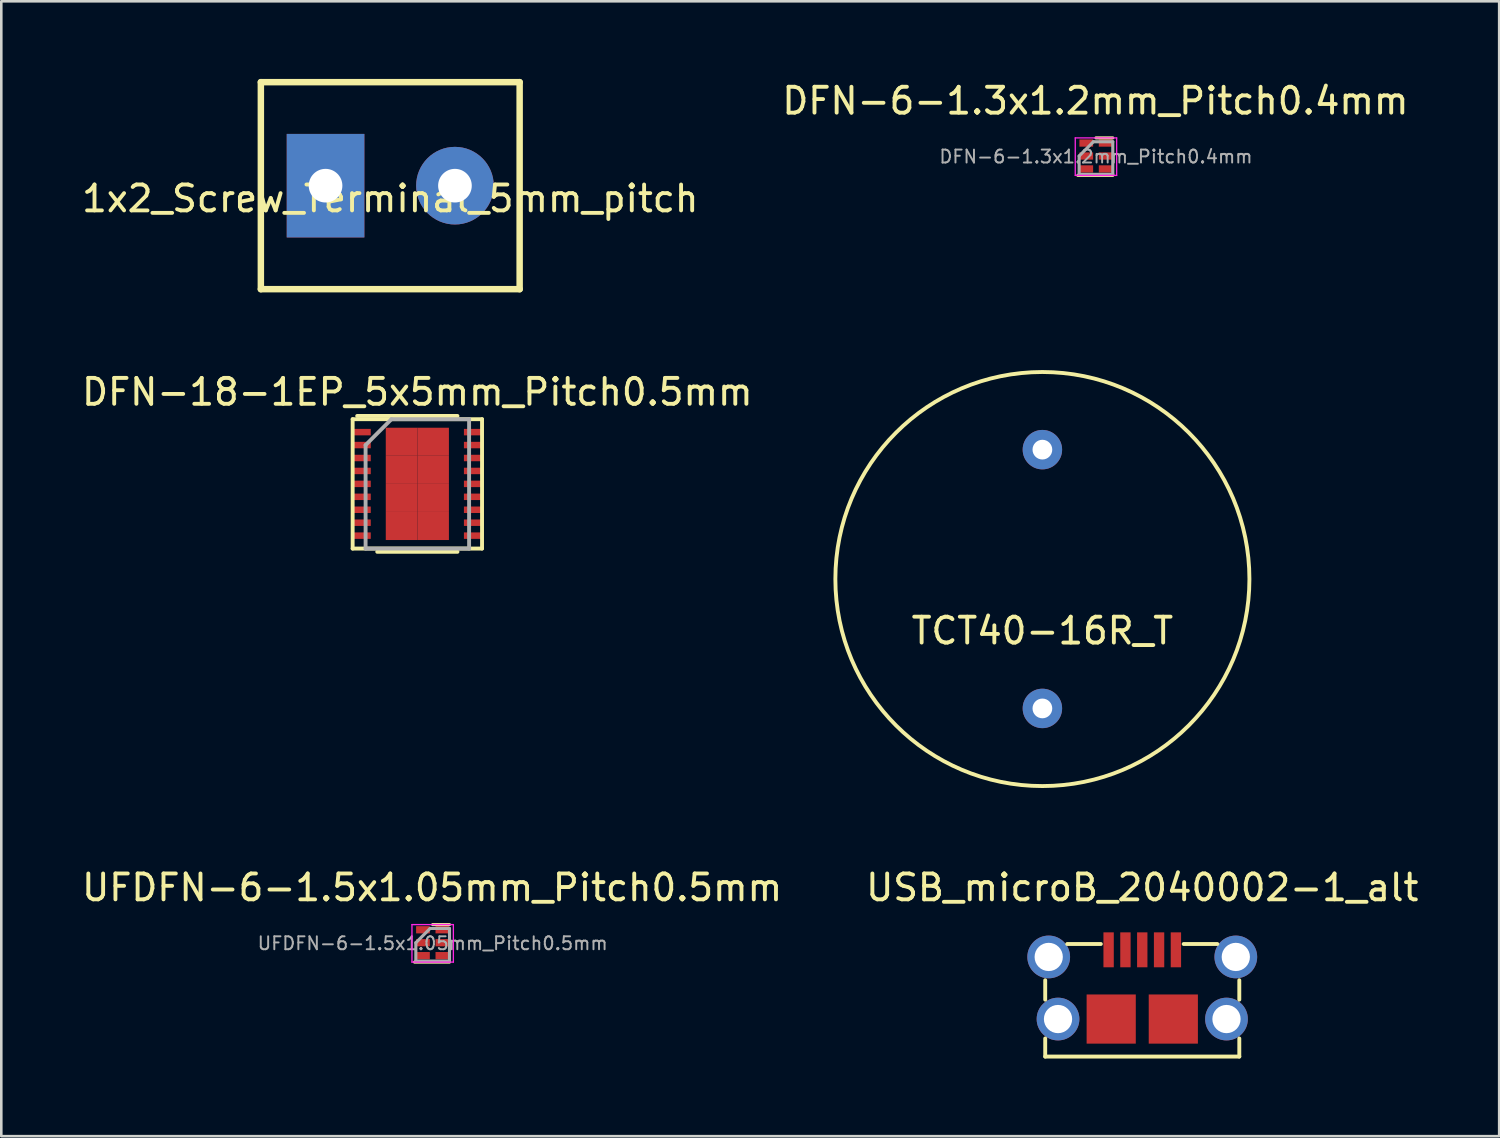
<source format=kicad_pcb>
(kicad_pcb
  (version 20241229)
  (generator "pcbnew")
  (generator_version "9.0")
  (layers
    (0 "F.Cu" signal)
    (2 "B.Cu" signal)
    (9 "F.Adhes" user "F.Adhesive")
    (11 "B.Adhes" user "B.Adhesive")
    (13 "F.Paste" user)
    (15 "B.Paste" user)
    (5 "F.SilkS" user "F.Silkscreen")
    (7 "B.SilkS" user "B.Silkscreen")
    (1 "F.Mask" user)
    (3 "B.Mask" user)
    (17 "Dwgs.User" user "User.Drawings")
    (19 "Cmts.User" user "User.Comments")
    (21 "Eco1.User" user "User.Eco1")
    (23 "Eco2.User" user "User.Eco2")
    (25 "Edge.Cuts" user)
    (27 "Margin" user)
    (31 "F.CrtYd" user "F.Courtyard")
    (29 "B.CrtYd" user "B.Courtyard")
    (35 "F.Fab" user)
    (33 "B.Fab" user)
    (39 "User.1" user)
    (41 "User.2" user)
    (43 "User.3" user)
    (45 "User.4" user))
  (footprint "TCT40-16R_T"
    (layer "F.Cu")
    (at 37.23 19.325)
    (property "Reference" "TCT40-16R_T" (at 0 2 0) (layer "F.SilkS") (effects (font (size 1 1) (thickness 0.15))))
    (attr through_hole)
    (fp_circle (center 0 0) (end 8 0) (stroke (width 0.15) (type solid)) (fill no) (layer "F.SilkS"))
    (pad "1" thru_hole circle (at 0 -5) (size 1.524 1.524) (drill 0.762) (layers "*.Cu" "*.Mask"))
    (pad "2" thru_hole circle (at 0 5) (size 1.524 1.524) (drill 0.762) (layers "*.Cu" "*.Mask")))
  (footprint "UFDFN-6-1.5x1.05mm_Pitch0.5mm"
    (layer "F.Cu")
    (at 13.669 33.378)
    (property "Reference" "UFDFN-6-1.5x1.05mm_Pitch0.5mm" (at -0.02 -2.13 0) (layer "F.SilkS") (effects (font (size 1 1) (thickness 0.15))))
    (attr smd)
    (fp_line (start -0.7 0.75) (end 0.65 0.75) (stroke (width 0.12) (type solid)) (layer "F.SilkS"))
    (fp_line (start 0 -0.7) (end 0.65 -0.7) (stroke (width 0.12) (type solid)) (layer "F.SilkS"))
    (fp_line (start -0.8 -0.7) (end -0.8 0.75) (stroke (width 0.05) (type solid)) (layer "F.CrtYd"))
    (fp_line (start -0.8 -0.7) (end 0.8 -0.7) (stroke (width 0.05) (type solid)) (layer "F.CrtYd"))
    (fp_line (start 0.8 0.75) (end -0.8 0.75) (stroke (width 0.05) (type solid)) (layer "F.CrtYd"))
    (fp_line (start 0.8 0.75) (end 0.8 -0.7) (stroke (width 0.05) (type solid)) (layer "F.CrtYd"))
    (fp_line (start -0.65 0) (end -0.65 0.7) (stroke (width 0.12) (type solid)) (layer "F.Fab"))
    (fp_line (start -0.65 0.71) (end 0.65 0.71) (stroke (width 0.12) (type solid)) (layer "F.Fab"))
    (fp_line (start -0.1 -0.55) (end -0.65 0) (stroke (width 0.12) (type solid)) (layer "F.Fab"))
    (fp_line (start 0.65 -0.55) (end -0.1 -0.55) (stroke (width 0.12) (type solid)) (layer "F.Fab"))
    (fp_line (start 0.65 0.71) (end 0.65 -0.55) (stroke (width 0.12) (type solid)) (layer "F.Fab"))
    (fp_text user "${REFERENCE}" (at 0 0.025 0) (layer "F.Fab") (effects (font (size 0.5 0.5) (thickness 0.075))))
    (pad "1" smd rect (at -0.375 -0.5) (size 0.53 0.28) (layers "F.Cu" "F.Mask" "F.Paste"))
    (pad "2" smd rect (at -0.375 0) (size 0.53 0.28) (layers "F.Cu" "F.Mask" "F.Paste"))
    (pad "3" smd rect (at -0.375 0.5) (size 0.53 0.28) (layers "F.Cu" "F.Mask" "F.Paste"))
    (pad "4" smd rect (at 0.375 0.5) (size 0.53 0.28) (layers "F.Cu" "F.Mask" "F.Paste"))
    (pad "5" smd rect (at 0.375 0) (size 0.53 0.28) (layers "F.Cu" "F.Mask" "F.Paste"))
    (pad "6" smd rect (at 0.375 -0.5) (size 0.53 0.28) (layers "F.Cu" "F.Mask" "F.Paste")))
  (footprint "DFN-18-1EP_5x5mm_Pitch0.5mm"
    (layer "F.Cu")
    (at 13.077 15.648)
    (property "Reference" "DFN-18-1EP_5x5mm_Pitch0.5mm" (at 0 -3.55 0) (layer "F.SilkS") (effects (font (size 1 1) (thickness 0.15))))
    (attr smd)
    (fp_line (start -2.5 -2.5) (end -2.5 2.5) (stroke (width 0.15) (type solid)) (layer "F.SilkS"))
    (fp_line (start -2.5 2.5) (end 2.5 2.5) (stroke (width 0.15) (type solid)) (layer "F.SilkS"))
    (fp_line (start -2.325 -2.625) (end 1.55 -2.625) (stroke (width 0.15) (type solid)) (layer "F.SilkS"))
    (fp_line (start -1.55 2.625) (end 1.55 2.625) (stroke (width 0.15) (type solid)) (layer "F.SilkS"))
    (fp_line (start 2.5 -2.5) (end -2.5 -2.5) (stroke (width 0.15) (type solid)) (layer "F.SilkS"))
    (fp_line (start 2.5 2.5) (end 2.5 -2.5) (stroke (width 0.15) (type solid)) (layer "F.SilkS"))
    (fp_line (start -2 -1.5) (end -1 -2.5) (stroke (width 0.15) (type solid)) (layer "F.Fab"))
    (fp_line (start -2 2.5) (end -2 -1.5) (stroke (width 0.15) (type solid)) (layer "F.Fab"))
    (fp_line (start -1 -2.5) (end 2 -2.5) (stroke (width 0.15) (type solid)) (layer "F.Fab"))
    (fp_line (start 2 -2.5) (end 2 2.5) (stroke (width 0.15) (type solid)) (layer "F.Fab"))
    (fp_line (start 2 2.5) (end -2 2.5) (stroke (width 0.15) (type solid)) (layer "F.Fab"))
    (pad "1" smd rect (at -2.15 -2) (size 0.7 0.25) (layers "F.Cu" "F.Mask" "F.Paste"))
    (pad "2" smd rect (at -2.15 -1.5) (size 0.7 0.25) (layers "F.Cu" "F.Mask" "F.Paste"))
    (pad "3" smd rect (at -2.15 -1) (size 0.7 0.25) (layers "F.Cu" "F.Mask" "F.Paste"))
    (pad "4" smd rect (at -2.15 -0.5) (size 0.7 0.25) (layers "F.Cu" "F.Mask" "F.Paste"))
    (pad "5" smd rect (at -2.15 0) (size 0.7 0.25) (layers "F.Cu" "F.Mask" "F.Paste"))
    (pad "6" smd rect (at -2.15 0.5) (size 0.7 0.25) (layers "F.Cu" "F.Mask" "F.Paste"))
    (pad "7" smd rect (at -2.15 1) (size 0.7 0.25) (layers "F.Cu" "F.Mask" "F.Paste"))
    (pad "8" smd rect (at -2.15 1.5) (size 0.7 0.25) (layers "F.Cu" "F.Mask" "F.Paste"))
    (pad "9" smd rect (at -2.15 2) (size 0.7 0.25) (layers "F.Cu" "F.Mask" "F.Paste"))
    (pad "10" smd rect (at 2.15 2) (size 0.7 0.25) (layers "F.Cu" "F.Mask" "F.Paste"))
    (pad "11" smd rect (at 2.15 1.5) (size 0.7 0.25) (layers "F.Cu" "F.Mask" "F.Paste"))
    (pad "12" smd rect (at 2.15 1) (size 0.7 0.25) (layers "F.Cu" "F.Mask" "F.Paste"))
    (pad "13" smd rect (at 2.15 0.5) (size 0.7 0.25) (layers "F.Cu" "F.Mask" "F.Paste"))
    (pad "14" smd rect (at 2.15 0) (size 0.7 0.25) (layers "F.Cu" "F.Mask" "F.Paste"))
    (pad "15" smd rect (at 2.15 -0.5) (size 0.7 0.25) (layers "F.Cu" "F.Mask" "F.Paste"))
    (pad "16" smd rect (at 2.15 -1) (size 0.7 0.25) (layers "F.Cu" "F.Mask" "F.Paste"))
    (pad "17" smd rect (at 2.15 -1.5) (size 0.7 0.25) (layers "F.Cu" "F.Mask" "F.Paste"))
    (pad "18" smd rect (at 2.15 -2) (size 0.7 0.25) (layers "F.Cu" "F.Mask" "F.Paste"))
    (pad "19" smd rect (at -0.61 -1.627) (size 1.22 1.085) (layers "F.Cu" "F.Mask" "F.Paste"))
    (pad "19" smd rect (at -0.61 -0.542) (size 1.22 1.085) (layers "F.Cu" "F.Mask" "F.Paste"))
    (pad "19" smd rect (at -0.61 0.542) (size 1.22 1.085) (layers "F.Cu" "F.Mask" "F.Paste"))
    (pad "19" smd rect (at -0.61 1.627) (size 1.22 1.085) (layers "F.Cu" "F.Mask" "F.Paste"))
    (pad "19" smd rect (at 0.61 -1.627) (size 1.22 1.085) (layers "F.Cu" "F.Mask" "F.Paste"))
    (pad "19" smd rect (at 0.61 -0.542) (size 1.22 1.085) (layers "F.Cu" "F.Mask" "F.Paste"))
    (pad "19" smd rect (at 0.61 0.542) (size 1.22 1.085) (layers "F.Cu" "F.Mask" "F.Paste"))
    (pad "19" smd rect (at 0.61 1.627) (size 1.22 1.085) (layers "F.Cu" "F.Mask" "F.Paste")))
  (footprint "1x2_Screw_Terminal_5mm_pitch"
    (layer "F.Cu")
    (at 12.03 4.125)
    (property "Reference" "1x2_Screw_Terminal_5mm_pitch" (at 0 0.5 0) (layer "F.SilkS") (effects (font (size 1 1) (thickness 0.15))))
    (attr through_hole)
    (fp_line (start -5 -4) (end -5 4) (stroke (width 0.25) (type solid)) (layer "F.SilkS"))
    (fp_line (start -5 4) (end 5 4) (stroke (width 0.25) (type solid)) (layer "F.SilkS"))
    (fp_line (start 5 -4) (end -5 -4) (stroke (width 0.25) (type solid)) (layer "F.SilkS"))
    (fp_line (start 5 4) (end 5 -4) (stroke (width 0.25) (type solid)) (layer "F.SilkS"))
    (pad "1" thru_hole circle (at 2.5 0) (size 3 3) (drill 1.3) (layers "*.Cu" "*.Mask"))
    (pad "2" thru_hole rect (at -2.5 0) (size 3 4) (drill 1.3) (layers "*.Cu" "*.Mask")))
  (footprint "USB_microB_2040002-1_alt"
    (layer "F.Cu")
    (at 41.089 36.328)
    (property "Reference" "USB_microB_2040002-1_alt" (at 0 -5.08 0) (layer "F.SilkS") (effects (font (size 1 1) (thickness 0.15))))
    (attr smd)
    (fp_line (start -3.75 -0.75) (end -3.75 -1.5) (stroke (width 0.15) (type solid)) (layer "F.SilkS"))
    (fp_line (start -3.75 1.45) (end -3.75 0.75) (stroke (width 0.15) (type solid)) (layer "F.SilkS"))
    (fp_line (start -2.9 -2.9) (end -1.6 -2.9) (stroke (width 0.15) (type solid)) (layer "F.SilkS"))
    (fp_line (start 1.6 -2.9) (end 2.9 -2.9) (stroke (width 0.15) (type solid)) (layer "F.SilkS"))
    (fp_line (start 3.75 -0.75) (end 3.75 -1.5) (stroke (width 0.15) (type solid)) (layer "F.SilkS"))
    (fp_line (start 3.75 1.45) (end -3.75 1.45) (stroke (width 0.15) (type solid)) (layer "F.SilkS"))
    (fp_line (start 3.75 1.45) (end 3.75 0.75) (stroke (width 0.15) (type solid)) (layer "F.SilkS"))
    (pad "1" smd rect (at -1.3 -2.675) (size 0.4 1.35) (layers "F.Cu" "F.Mask" "F.Paste"))
    (pad "2" smd rect (at -0.65 -2.675) (size 0.4 1.35) (layers "F.Cu" "F.Mask" "F.Paste"))
    (pad "3" smd rect (at 0 -2.675) (size 0.4 1.35) (layers "F.Cu" "F.Mask" "F.Paste"))
    (pad "4" smd rect (at 0.65 -2.675) (size 0.4 1.35) (layers "F.Cu" "F.Mask" "F.Paste"))
    (pad "5" smd rect (at 1.3 -2.675) (size 0.4 1.35) (layers "F.Cu" "F.Mask" "F.Paste"))
    (pad "6" thru_hole circle (at 3.615 -2.4) (size 1.651 1.651) (drill 1.092) (layers "*.Cu" "*.Mask"))
    (pad "7" thru_hole circle (at 3.255 0) (size 1.651 1.651) (drill 1.092) (layers "*.Cu" "*.Mask"))
    (pad "8" smd rect (at 1.2 0) (size 1.9 1.9) (layers "F.Cu" "F.Mask" "F.Paste"))
    (pad "9" smd rect (at -1.2 0) (size 1.9 1.9) (layers "F.Cu" "F.Mask" "F.Paste"))
    (pad "10" thru_hole circle (at -3.255 0) (size 1.651 1.651) (drill 1.092) (layers "*.Cu" "*.Mask"))
    (pad "11" thru_hole circle (at -3.615 -2.4) (size 1.651 1.651) (drill 1.092) (layers "*.Cu" "*.Mask")))
  (footprint "DFN-6-1.3x1.2mm_Pitch0.4mm"
    (layer "F.Cu")
    (at 39.3 2.978)
    (property "Reference" "DFN-6-1.3x1.2mm_Pitch0.4mm" (at -0.02 -2.13 0) (layer "F.SilkS") (effects (font (size 1 1) (thickness 0.15))))
    (attr smd)
    (fp_line (start -0.7 0.75) (end 0.65 0.75) (stroke (width 0.12) (type solid)) (layer "F.SilkS"))
    (fp_line (start 0 -0.7) (end 0.65 -0.7) (stroke (width 0.12) (type solid)) (layer "F.SilkS"))
    (fp_line (start -0.8 -0.7) (end -0.8 0.75) (stroke (width 0.05) (type solid)) (layer "F.CrtYd"))
    (fp_line (start -0.8 -0.7) (end 0.8 -0.7) (stroke (width 0.05) (type solid)) (layer "F.CrtYd"))
    (fp_line (start 0.8 0.75) (end -0.8 0.75) (stroke (width 0.05) (type solid)) (layer "F.CrtYd"))
    (fp_line (start 0.8 0.75) (end 0.8 -0.7) (stroke (width 0.05) (type solid)) (layer "F.CrtYd"))
    (fp_line (start -0.65 0) (end -0.65 0.7) (stroke (width 0.12) (type solid)) (layer "F.Fab"))
    (fp_line (start -0.65 0.71) (end 0.65 0.71) (stroke (width 0.12) (type solid)) (layer "F.Fab"))
    (fp_line (start -0.1 -0.55) (end -0.65 0) (stroke (width 0.12) (type solid)) (layer "F.Fab"))
    (fp_line (start 0.65 -0.55) (end -0.1 -0.55) (stroke (width 0.12) (type solid)) (layer "F.Fab"))
    (fp_line (start 0.65 0.71) (end 0.65 -0.55) (stroke (width 0.12) (type solid)) (layer "F.Fab"))
    (fp_text user "${REFERENCE}" (at 0 0.025 0) (layer "F.Fab") (effects (font (size 0.5 0.5) (thickness 0.075))))
    (pad "1" smd rect (at -0.375 -0.5) (size 0.53 0.28) (layers "F.Cu" "F.Mask" "F.Paste"))
    (pad "2" smd rect (at -0.375 0) (size 0.53 0.28) (layers "F.Cu" "F.Mask" "F.Paste"))
    (pad "3" smd rect (at -0.375 0.5) (size 0.53 0.28) (layers "F.Cu" "F.Mask" "F.Paste"))
    (pad "4" smd rect (at 0.375 0.5) (size 0.53 0.28) (layers "F.Cu" "F.Mask" "F.Paste"))
    (pad "5" smd rect (at 0.375 0) (size 0.53 0.28) (layers "F.Cu" "F.Mask" "F.Paste"))
    (pad "6" smd rect (at 0.375 -0.5) (size 0.53 0.28) (layers "F.Cu" "F.Mask" "F.Paste")))
  (gr_rect
    (start -3 -3)
    (end 54.881 40.853)
    (stroke (width 0.1) (type default))
    (fill no)
    (layer "Edge.Cuts")))
</source>
